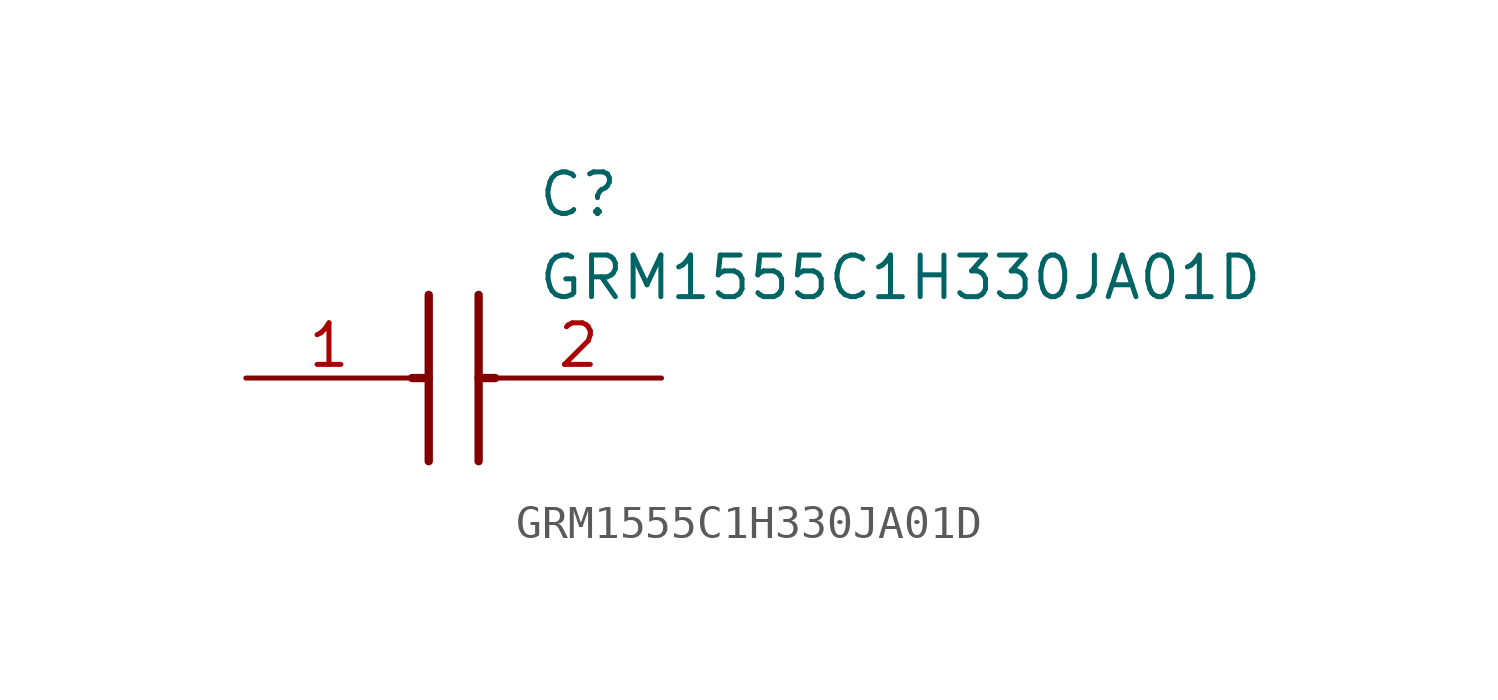
<source format=kicad_sym>
(kicad_symbol_lib
  (version 20211014)
  (generator SamacSys_ECAD_Model)
  (symbol "GRM1555C1H330JA01D"
    (pin_names hide)
    (property "Reference" "C"
      (at 8.89 6.35 0)
      (effects (font (size 1.27 1.27)) (justify left top)))
    (property "Value" "GRM1555C1H330JA01D"
      (at 8.89 3.81 0)
      (effects (font (size 1.27 1.27)) (justify left top)))
    (polyline
      (pts (xy 5.588 2.54) (xy 5.588 -2.54))
      (stroke (width 0.254) (type default))
      (fill (type none)))
    (polyline
      (pts (xy 7.112 2.54) (xy 7.112 -2.54))
      (stroke (width 0.254) (type default))
      (fill (type none)))
    (polyline
      (pts (xy 5.08 0) (xy 5.588 0))
      (stroke (width 0.254) (type default))
      (fill (type none)))
    (polyline
      (pts (xy 7.112 0) (xy 7.62 0))
      (stroke (width 0.254) (type default))
      (fill (type none)))
    (pin passive line
      (at 0 0 0)
      (length 5.08)
      (name "1" (effects (font (size 1.27 1.27))))
      (number "1" (effects (font (size 1.27 1.27)))))
    (pin passive line
      (at 12.7 0 180)
      (length 5.08)
      (name "2" (effects (font (size 1.27 1.27))))
      (number "2" (effects (font (size 1.27 1.27)))))))
</source>
